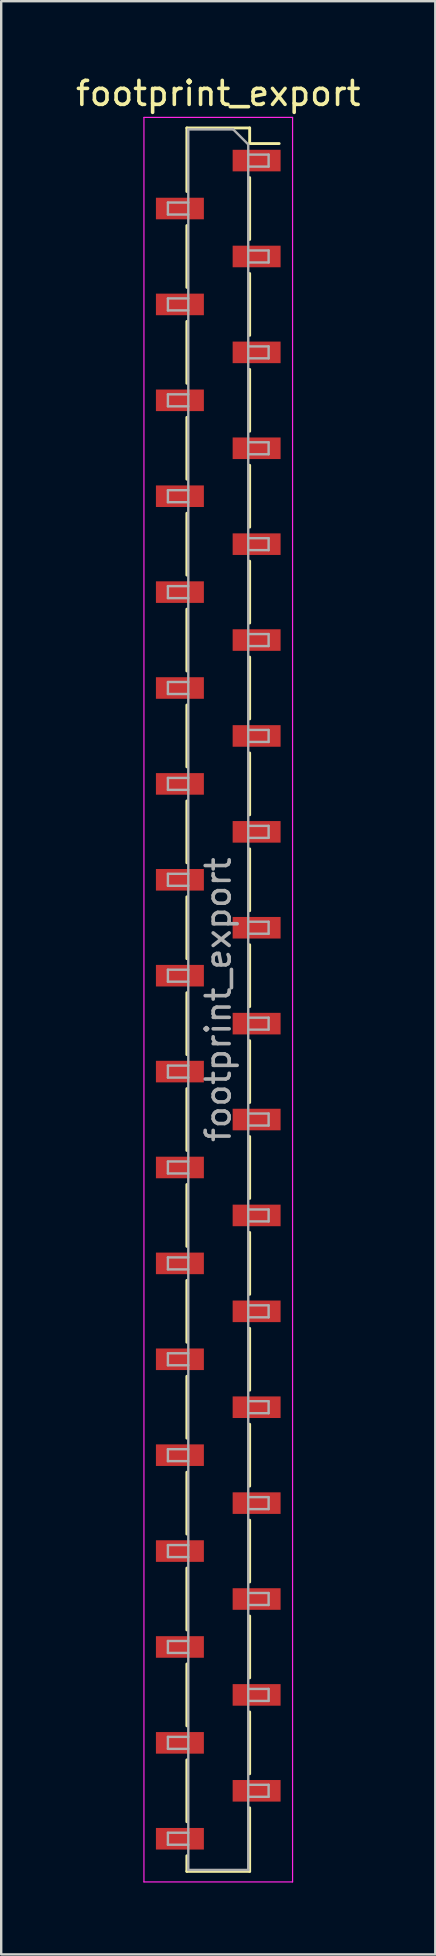
<source format=kicad_pcb>
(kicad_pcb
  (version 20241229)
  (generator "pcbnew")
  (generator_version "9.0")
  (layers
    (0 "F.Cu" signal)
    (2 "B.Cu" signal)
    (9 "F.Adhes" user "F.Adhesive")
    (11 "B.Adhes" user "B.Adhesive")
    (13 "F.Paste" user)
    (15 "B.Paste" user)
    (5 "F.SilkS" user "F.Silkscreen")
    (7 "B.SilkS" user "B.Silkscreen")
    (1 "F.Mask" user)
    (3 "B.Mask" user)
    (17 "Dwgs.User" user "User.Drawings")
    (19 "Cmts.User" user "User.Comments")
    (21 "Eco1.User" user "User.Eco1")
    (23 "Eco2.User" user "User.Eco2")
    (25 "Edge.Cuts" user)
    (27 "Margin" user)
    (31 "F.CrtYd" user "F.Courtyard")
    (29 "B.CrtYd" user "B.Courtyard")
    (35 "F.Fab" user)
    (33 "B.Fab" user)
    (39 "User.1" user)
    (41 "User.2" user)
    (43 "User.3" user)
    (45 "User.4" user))
  (footprint "footprint_export"
    (layer "F.Cu")
    (at 6.054 38.648)
    (property "Reference" "footprint_export" (at 0 -37.8 0) (layer "F.SilkS") (effects (font (size 1 1) (thickness 0.15))))
    (attr smd)
    (fp_line (start -1.31 -36.36) (end -1.31 -33.71) (stroke (width 0.12) (type solid)) (layer "F.SilkS"))
    (fp_line (start -1.31 -36.36) (end 1.31 -36.36) (stroke (width 0.12) (type solid)) (layer "F.SilkS"))
    (fp_line (start -1.31 -32.29) (end -1.31 -29.71) (stroke (width 0.12) (type solid)) (layer "F.SilkS"))
    (fp_line (start -1.31 -28.29) (end -1.31 -25.71) (stroke (width 0.12) (type solid)) (layer "F.SilkS"))
    (fp_line (start -1.31 -24.29) (end -1.31 -21.71) (stroke (width 0.12) (type solid)) (layer "F.SilkS"))
    (fp_line (start -1.31 -20.29) (end -1.31 -17.71) (stroke (width 0.12) (type solid)) (layer "F.SilkS"))
    (fp_line (start -1.31 -16.29) (end -1.31 -13.71) (stroke (width 0.12) (type solid)) (layer "F.SilkS"))
    (fp_line (start -1.31 -12.29) (end -1.31 -9.71) (stroke (width 0.12) (type solid)) (layer "F.SilkS"))
    (fp_line (start -1.31 -8.29) (end -1.31 -5.71) (stroke (width 0.12) (type solid)) (layer "F.SilkS"))
    (fp_line (start -1.31 -4.29) (end -1.31 -1.71) (stroke (width 0.12) (type solid)) (layer "F.SilkS"))
    (fp_line (start -1.31 -0.29) (end -1.31 2.29) (stroke (width 0.12) (type solid)) (layer "F.SilkS"))
    (fp_line (start -1.31 3.71) (end -1.31 6.29) (stroke (width 0.12) (type solid)) (layer "F.SilkS"))
    (fp_line (start -1.31 7.71) (end -1.31 10.29) (stroke (width 0.12) (type solid)) (layer "F.SilkS"))
    (fp_line (start -1.31 11.71) (end -1.31 14.29) (stroke (width 0.12) (type solid)) (layer "F.SilkS"))
    (fp_line (start -1.31 15.71) (end -1.31 18.29) (stroke (width 0.12) (type solid)) (layer "F.SilkS"))
    (fp_line (start -1.31 19.71) (end -1.31 22.29) (stroke (width 0.12) (type solid)) (layer "F.SilkS"))
    (fp_line (start -1.31 23.71) (end -1.31 26.29) (stroke (width 0.12) (type solid)) (layer "F.SilkS"))
    (fp_line (start -1.31 27.71) (end -1.31 30.29) (stroke (width 0.12) (type solid)) (layer "F.SilkS"))
    (fp_line (start -1.31 31.71) (end -1.31 34.29) (stroke (width 0.12) (type solid)) (layer "F.SilkS"))
    (fp_line (start -1.31 35.71) (end -1.31 36.36) (stroke (width 0.12) (type solid)) (layer "F.SilkS"))
    (fp_line (start -1.31 36.36) (end 1.31 36.36) (stroke (width 0.12) (type solid)) (layer "F.SilkS"))
    (fp_line (start 1.31 -36.36) (end 1.31 -35.71) (stroke (width 0.12) (type solid)) (layer "F.SilkS"))
    (fp_line (start 1.31 -35.71) (end 2.54 -35.71) (stroke (width 0.12) (type solid)) (layer "F.SilkS"))
    (fp_line (start 1.31 -34.29) (end 1.31 -31.71) (stroke (width 0.12) (type solid)) (layer "F.SilkS"))
    (fp_line (start 1.31 -30.29) (end 1.31 -27.71) (stroke (width 0.12) (type solid)) (layer "F.SilkS"))
    (fp_line (start 1.31 -26.29) (end 1.31 -23.71) (stroke (width 0.12) (type solid)) (layer "F.SilkS"))
    (fp_line (start 1.31 -22.29) (end 1.31 -19.71) (stroke (width 0.12) (type solid)) (layer "F.SilkS"))
    (fp_line (start 1.31 -18.29) (end 1.31 -15.71) (stroke (width 0.12) (type solid)) (layer "F.SilkS"))
    (fp_line (start 1.31 -14.29) (end 1.31 -11.71) (stroke (width 0.12) (type solid)) (layer "F.SilkS"))
    (fp_line (start 1.31 -10.29) (end 1.31 -7.71) (stroke (width 0.12) (type solid)) (layer "F.SilkS"))
    (fp_line (start 1.31 -6.29) (end 1.31 -3.71) (stroke (width 0.12) (type solid)) (layer "F.SilkS"))
    (fp_line (start 1.31 -2.29) (end 1.31 0.29) (stroke (width 0.12) (type solid)) (layer "F.SilkS"))
    (fp_line (start 1.31 1.71) (end 1.31 4.29) (stroke (width 0.12) (type solid)) (layer "F.SilkS"))
    (fp_line (start 1.31 5.71) (end 1.31 8.29) (stroke (width 0.12) (type solid)) (layer "F.SilkS"))
    (fp_line (start 1.31 9.71) (end 1.31 12.29) (stroke (width 0.12) (type solid)) (layer "F.SilkS"))
    (fp_line (start 1.31 13.71) (end 1.31 16.29) (stroke (width 0.12) (type solid)) (layer "F.SilkS"))
    (fp_line (start 1.31 17.71) (end 1.31 20.29) (stroke (width 0.12) (type solid)) (layer "F.SilkS"))
    (fp_line (start 1.31 21.71) (end 1.31 24.29) (stroke (width 0.12) (type solid)) (layer "F.SilkS"))
    (fp_line (start 1.31 25.71) (end 1.31 28.29) (stroke (width 0.12) (type solid)) (layer "F.SilkS"))
    (fp_line (start 1.31 29.71) (end 1.31 32.29) (stroke (width 0.12) (type solid)) (layer "F.SilkS"))
    (fp_line (start 1.31 33.71) (end 1.31 36.36) (stroke (width 0.12) (type solid)) (layer "F.SilkS"))
    (fp_line (start -3.1 -36.8) (end 3.1 -36.8) (stroke (width 0.05) (type solid)) (layer "F.CrtYd"))
    (fp_line (start -3.1 36.8) (end -3.1 -36.8) (stroke (width 0.05) (type solid)) (layer "F.CrtYd"))
    (fp_line (start 3.1 -36.8) (end 3.1 36.8) (stroke (width 0.05) (type solid)) (layer "F.CrtYd"))
    (fp_line (start 3.1 36.8) (end -3.1 36.8) (stroke (width 0.05) (type solid)) (layer "F.CrtYd"))
    (fp_line (start -2.1 -33.25) (end -1.25 -33.25) (stroke (width 0.1) (type solid)) (layer "F.Fab"))
    (fp_line (start -2.1 -32.75) (end -2.1 -33.25) (stroke (width 0.1) (type solid)) (layer "F.Fab"))
    (fp_line (start -2.1 -29.25) (end -1.25 -29.25) (stroke (width 0.1) (type solid)) (layer "F.Fab"))
    (fp_line (start -2.1 -28.75) (end -2.1 -29.25) (stroke (width 0.1) (type solid)) (layer "F.Fab"))
    (fp_line (start -2.1 -25.25) (end -1.25 -25.25) (stroke (width 0.1) (type solid)) (layer "F.Fab"))
    (fp_line (start -2.1 -24.75) (end -2.1 -25.25) (stroke (width 0.1) (type solid)) (layer "F.Fab"))
    (fp_line (start -2.1 -21.25) (end -1.25 -21.25) (stroke (width 0.1) (type solid)) (layer "F.Fab"))
    (fp_line (start -2.1 -20.75) (end -2.1 -21.25) (stroke (width 0.1) (type solid)) (layer "F.Fab"))
    (fp_line (start -2.1 -17.25) (end -1.25 -17.25) (stroke (width 0.1) (type solid)) (layer "F.Fab"))
    (fp_line (start -2.1 -16.75) (end -2.1 -17.25) (stroke (width 0.1) (type solid)) (layer "F.Fab"))
    (fp_line (start -2.1 -13.25) (end -1.25 -13.25) (stroke (width 0.1) (type solid)) (layer "F.Fab"))
    (fp_line (start -2.1 -12.75) (end -2.1 -13.25) (stroke (width 0.1) (type solid)) (layer "F.Fab"))
    (fp_line (start -2.1 -9.25) (end -1.25 -9.25) (stroke (width 0.1) (type solid)) (layer "F.Fab"))
    (fp_line (start -2.1 -8.75) (end -2.1 -9.25) (stroke (width 0.1) (type solid)) (layer "F.Fab"))
    (fp_line (start -2.1 -5.25) (end -1.25 -5.25) (stroke (width 0.1) (type solid)) (layer "F.Fab"))
    (fp_line (start -2.1 -4.75) (end -2.1 -5.25) (stroke (width 0.1) (type solid)) (layer "F.Fab"))
    (fp_line (start -2.1 -1.25) (end -1.25 -1.25) (stroke (width 0.1) (type solid)) (layer "F.Fab"))
    (fp_line (start -2.1 -0.75) (end -2.1 -1.25) (stroke (width 0.1) (type solid)) (layer "F.Fab"))
    (fp_line (start -2.1 2.75) (end -1.25 2.75) (stroke (width 0.1) (type solid)) (layer "F.Fab"))
    (fp_line (start -2.1 3.25) (end -2.1 2.75) (stroke (width 0.1) (type solid)) (layer "F.Fab"))
    (fp_line (start -2.1 6.75) (end -1.25 6.75) (stroke (width 0.1) (type solid)) (layer "F.Fab"))
    (fp_line (start -2.1 7.25) (end -2.1 6.75) (stroke (width 0.1) (type solid)) (layer "F.Fab"))
    (fp_line (start -2.1 10.75) (end -1.25 10.75) (stroke (width 0.1) (type solid)) (layer "F.Fab"))
    (fp_line (start -2.1 11.25) (end -2.1 10.75) (stroke (width 0.1) (type solid)) (layer "F.Fab"))
    (fp_line (start -2.1 14.75) (end -1.25 14.75) (stroke (width 0.1) (type solid)) (layer "F.Fab"))
    (fp_line (start -2.1 15.25) (end -2.1 14.75) (stroke (width 0.1) (type solid)) (layer "F.Fab"))
    (fp_line (start -2.1 18.75) (end -1.25 18.75) (stroke (width 0.1) (type solid)) (layer "F.Fab"))
    (fp_line (start -2.1 19.25) (end -2.1 18.75) (stroke (width 0.1) (type solid)) (layer "F.Fab"))
    (fp_line (start -2.1 22.75) (end -1.25 22.75) (stroke (width 0.1) (type solid)) (layer "F.Fab"))
    (fp_line (start -2.1 23.25) (end -2.1 22.75) (stroke (width 0.1) (type solid)) (layer "F.Fab"))
    (fp_line (start -2.1 26.75) (end -1.25 26.75) (stroke (width 0.1) (type solid)) (layer "F.Fab"))
    (fp_line (start -2.1 27.25) (end -2.1 26.75) (stroke (width 0.1) (type solid)) (layer "F.Fab"))
    (fp_line (start -2.1 30.75) (end -1.25 30.75) (stroke (width 0.1) (type solid)) (layer "F.Fab"))
    (fp_line (start -2.1 31.25) (end -2.1 30.75) (stroke (width 0.1) (type solid)) (layer "F.Fab"))
    (fp_line (start -2.1 34.75) (end -1.25 34.75) (stroke (width 0.1) (type solid)) (layer "F.Fab"))
    (fp_line (start -2.1 35.25) (end -2.1 34.75) (stroke (width 0.1) (type solid)) (layer "F.Fab"))
    (fp_line (start -1.25 -36.3) (end 0.625 -36.3) (stroke (width 0.1) (type solid)) (layer "F.Fab"))
    (fp_line (start -1.25 -32.75) (end -2.1 -32.75) (stroke (width 0.1) (type solid)) (layer "F.Fab"))
    (fp_line (start -1.25 -28.75) (end -2.1 -28.75) (stroke (width 0.1) (type solid)) (layer "F.Fab"))
    (fp_line (start -1.25 -24.75) (end -2.1 -24.75) (stroke (width 0.1) (type solid)) (layer "F.Fab"))
    (fp_line (start -1.25 -20.75) (end -2.1 -20.75) (stroke (width 0.1) (type solid)) (layer "F.Fab"))
    (fp_line (start -1.25 -16.75) (end -2.1 -16.75) (stroke (width 0.1) (type solid)) (layer "F.Fab"))
    (fp_line (start -1.25 -12.75) (end -2.1 -12.75) (stroke (width 0.1) (type solid)) (layer "F.Fab"))
    (fp_line (start -1.25 -8.75) (end -2.1 -8.75) (stroke (width 0.1) (type solid)) (layer "F.Fab"))
    (fp_line (start -1.25 -4.75) (end -2.1 -4.75) (stroke (width 0.1) (type solid)) (layer "F.Fab"))
    (fp_line (start -1.25 -0.75) (end -2.1 -0.75) (stroke (width 0.1) (type solid)) (layer "F.Fab"))
    (fp_line (start -1.25 3.25) (end -2.1 3.25) (stroke (width 0.1) (type solid)) (layer "F.Fab"))
    (fp_line (start -1.25 7.25) (end -2.1 7.25) (stroke (width 0.1) (type solid)) (layer "F.Fab"))
    (fp_line (start -1.25 11.25) (end -2.1 11.25) (stroke (width 0.1) (type solid)) (layer "F.Fab"))
    (fp_line (start -1.25 15.25) (end -2.1 15.25) (stroke (width 0.1) (type solid)) (layer "F.Fab"))
    (fp_line (start -1.25 19.25) (end -2.1 19.25) (stroke (width 0.1) (type solid)) (layer "F.Fab"))
    (fp_line (start -1.25 23.25) (end -2.1 23.25) (stroke (width 0.1) (type solid)) (layer "F.Fab"))
    (fp_line (start -1.25 27.25) (end -2.1 27.25) (stroke (width 0.1) (type solid)) (layer "F.Fab"))
    (fp_line (start -1.25 31.25) (end -2.1 31.25) (stroke (width 0.1) (type solid)) (layer "F.Fab"))
    (fp_line (start -1.25 35.25) (end -2.1 35.25) (stroke (width 0.1) (type solid)) (layer "F.Fab"))
    (fp_line (start -1.25 36.3) (end -1.25 -36.3) (stroke (width 0.1) (type solid)) (layer "F.Fab"))
    (fp_line (start 0.625 -36.3) (end 1.25 -35.675) (stroke (width 0.1) (type solid)) (layer "F.Fab"))
    (fp_line (start 1.25 -35.675) (end 1.25 36.3) (stroke (width 0.1) (type solid)) (layer "F.Fab"))
    (fp_line (start 1.25 -35.25) (end 2.1 -35.25) (stroke (width 0.1) (type solid)) (layer "F.Fab"))
    (fp_line (start 1.25 -31.25) (end 2.1 -31.25) (stroke (width 0.1) (type solid)) (layer "F.Fab"))
    (fp_line (start 1.25 -27.25) (end 2.1 -27.25) (stroke (width 0.1) (type solid)) (layer "F.Fab"))
    (fp_line (start 1.25 -23.25) (end 2.1 -23.25) (stroke (width 0.1) (type solid)) (layer "F.Fab"))
    (fp_line (start 1.25 -19.25) (end 2.1 -19.25) (stroke (width 0.1) (type solid)) (layer "F.Fab"))
    (fp_line (start 1.25 -15.25) (end 2.1 -15.25) (stroke (width 0.1) (type solid)) (layer "F.Fab"))
    (fp_line (start 1.25 -11.25) (end 2.1 -11.25) (stroke (width 0.1) (type solid)) (layer "F.Fab"))
    (fp_line (start 1.25 -7.25) (end 2.1 -7.25) (stroke (width 0.1) (type solid)) (layer "F.Fab"))
    (fp_line (start 1.25 -3.25) (end 2.1 -3.25) (stroke (width 0.1) (type solid)) (layer "F.Fab"))
    (fp_line (start 1.25 0.75) (end 2.1 0.75) (stroke (width 0.1) (type solid)) (layer "F.Fab"))
    (fp_line (start 1.25 4.75) (end 2.1 4.75) (stroke (width 0.1) (type solid)) (layer "F.Fab"))
    (fp_line (start 1.25 8.75) (end 2.1 8.75) (stroke (width 0.1) (type solid)) (layer "F.Fab"))
    (fp_line (start 1.25 12.75) (end 2.1 12.75) (stroke (width 0.1) (type solid)) (layer "F.Fab"))
    (fp_line (start 1.25 16.75) (end 2.1 16.75) (stroke (width 0.1) (type solid)) (layer "F.Fab"))
    (fp_line (start 1.25 20.75) (end 2.1 20.75) (stroke (width 0.1) (type solid)) (layer "F.Fab"))
    (fp_line (start 1.25 24.75) (end 2.1 24.75) (stroke (width 0.1) (type solid)) (layer "F.Fab"))
    (fp_line (start 1.25 28.75) (end 2.1 28.75) (stroke (width 0.1) (type solid)) (layer "F.Fab"))
    (fp_line (start 1.25 32.75) (end 2.1 32.75) (stroke (width 0.1) (type solid)) (layer "F.Fab"))
    (fp_line (start 1.25 36.3) (end -1.25 36.3) (stroke (width 0.1) (type solid)) (layer "F.Fab"))
    (fp_line (start 2.1 -35.25) (end 2.1 -34.75) (stroke (width 0.1) (type solid)) (layer "F.Fab"))
    (fp_line (start 2.1 -34.75) (end 1.25 -34.75) (stroke (width 0.1) (type solid)) (layer "F.Fab"))
    (fp_line (start 2.1 -31.25) (end 2.1 -30.75) (stroke (width 0.1) (type solid)) (layer "F.Fab"))
    (fp_line (start 2.1 -30.75) (end 1.25 -30.75) (stroke (width 0.1) (type solid)) (layer "F.Fab"))
    (fp_line (start 2.1 -27.25) (end 2.1 -26.75) (stroke (width 0.1) (type solid)) (layer "F.Fab"))
    (fp_line (start 2.1 -26.75) (end 1.25 -26.75) (stroke (width 0.1) (type solid)) (layer "F.Fab"))
    (fp_line (start 2.1 -23.25) (end 2.1 -22.75) (stroke (width 0.1) (type solid)) (layer "F.Fab"))
    (fp_line (start 2.1 -22.75) (end 1.25 -22.75) (stroke (width 0.1) (type solid)) (layer "F.Fab"))
    (fp_line (start 2.1 -19.25) (end 2.1 -18.75) (stroke (width 0.1) (type solid)) (layer "F.Fab"))
    (fp_line (start 2.1 -18.75) (end 1.25 -18.75) (stroke (width 0.1) (type solid)) (layer "F.Fab"))
    (fp_line (start 2.1 -15.25) (end 2.1 -14.75) (stroke (width 0.1) (type solid)) (layer "F.Fab"))
    (fp_line (start 2.1 -14.75) (end 1.25 -14.75) (stroke (width 0.1) (type solid)) (layer "F.Fab"))
    (fp_line (start 2.1 -11.25) (end 2.1 -10.75) (stroke (width 0.1) (type solid)) (layer "F.Fab"))
    (fp_line (start 2.1 -10.75) (end 1.25 -10.75) (stroke (width 0.1) (type solid)) (layer "F.Fab"))
    (fp_line (start 2.1 -7.25) (end 2.1 -6.75) (stroke (width 0.1) (type solid)) (layer "F.Fab"))
    (fp_line (start 2.1 -6.75) (end 1.25 -6.75) (stroke (width 0.1) (type solid)) (layer "F.Fab"))
    (fp_line (start 2.1 -3.25) (end 2.1 -2.75) (stroke (width 0.1) (type solid)) (layer "F.Fab"))
    (fp_line (start 2.1 -2.75) (end 1.25 -2.75) (stroke (width 0.1) (type solid)) (layer "F.Fab"))
    (fp_line (start 2.1 0.75) (end 2.1 1.25) (stroke (width 0.1) (type solid)) (layer "F.Fab"))
    (fp_line (start 2.1 1.25) (end 1.25 1.25) (stroke (width 0.1) (type solid)) (layer "F.Fab"))
    (fp_line (start 2.1 4.75) (end 2.1 5.25) (stroke (width 0.1) (type solid)) (layer "F.Fab"))
    (fp_line (start 2.1 5.25) (end 1.25 5.25) (stroke (width 0.1) (type solid)) (layer "F.Fab"))
    (fp_line (start 2.1 8.75) (end 2.1 9.25) (stroke (width 0.1) (type solid)) (layer "F.Fab"))
    (fp_line (start 2.1 9.25) (end 1.25 9.25) (stroke (width 0.1) (type solid)) (layer "F.Fab"))
    (fp_line (start 2.1 12.75) (end 2.1 13.25) (stroke (width 0.1) (type solid)) (layer "F.Fab"))
    (fp_line (start 2.1 13.25) (end 1.25 13.25) (stroke (width 0.1) (type solid)) (layer "F.Fab"))
    (fp_line (start 2.1 16.75) (end 2.1 17.25) (stroke (width 0.1) (type solid)) (layer "F.Fab"))
    (fp_line (start 2.1 17.25) (end 1.25 17.25) (stroke (width 0.1) (type solid)) (layer "F.Fab"))
    (fp_line (start 2.1 20.75) (end 2.1 21.25) (stroke (width 0.1) (type solid)) (layer "F.Fab"))
    (fp_line (start 2.1 21.25) (end 1.25 21.25) (stroke (width 0.1) (type solid)) (layer "F.Fab"))
    (fp_line (start 2.1 24.75) (end 2.1 25.25) (stroke (width 0.1) (type solid)) (layer "F.Fab"))
    (fp_line (start 2.1 25.25) (end 1.25 25.25) (stroke (width 0.1) (type solid)) (layer "F.Fab"))
    (fp_line (start 2.1 28.75) (end 2.1 29.25) (stroke (width 0.1) (type solid)) (layer "F.Fab"))
    (fp_line (start 2.1 29.25) (end 1.25 29.25) (stroke (width 0.1) (type solid)) (layer "F.Fab"))
    (fp_line (start 2.1 32.75) (end 2.1 33.25) (stroke (width 0.1) (type solid)) (layer "F.Fab"))
    (fp_line (start 2.1 33.25) (end 1.25 33.25) (stroke (width 0.1) (type solid)) (layer "F.Fab"))
    (fp_text user "${REFERENCE}" (at 0 0 90) (layer "F.Fab") (effects (font (size 1 1) (thickness 0.15))))
    (pad "1" smd rect (at 1.6 -35) (size 2 0.9) (layers "F.Cu" "F.Mask" "F.Paste"))
    (pad "2" smd rect (at -1.6 -33) (size 2 0.9) (layers "F.Cu" "F.Mask" "F.Paste"))
    (pad "3" smd rect (at 1.6 -31) (size 2 0.9) (layers "F.Cu" "F.Mask" "F.Paste"))
    (pad "4" smd rect (at -1.6 -29) (size 2 0.9) (layers "F.Cu" "F.Mask" "F.Paste"))
    (pad "5" smd rect (at 1.6 -27) (size 2 0.9) (layers "F.Cu" "F.Mask" "F.Paste"))
    (pad "6" smd rect (at -1.6 -25) (size 2 0.9) (layers "F.Cu" "F.Mask" "F.Paste"))
    (pad "7" smd rect (at 1.6 -23) (size 2 0.9) (layers "F.Cu" "F.Mask" "F.Paste"))
    (pad "8" smd rect (at -1.6 -21) (size 2 0.9) (layers "F.Cu" "F.Mask" "F.Paste"))
    (pad "9" smd rect (at 1.6 -19) (size 2 0.9) (layers "F.Cu" "F.Mask" "F.Paste"))
    (pad "10" smd rect (at -1.6 -17) (size 2 0.9) (layers "F.Cu" "F.Mask" "F.Paste"))
    (pad "11" smd rect (at 1.6 -15) (size 2 0.9) (layers "F.Cu" "F.Mask" "F.Paste"))
    (pad "12" smd rect (at -1.6 -13) (size 2 0.9) (layers "F.Cu" "F.Mask" "F.Paste"))
    (pad "13" smd rect (at 1.6 -11) (size 2 0.9) (layers "F.Cu" "F.Mask" "F.Paste"))
    (pad "14" smd rect (at -1.6 -9) (size 2 0.9) (layers "F.Cu" "F.Mask" "F.Paste"))
    (pad "15" smd rect (at 1.6 -7) (size 2 0.9) (layers "F.Cu" "F.Mask" "F.Paste"))
    (pad "16" smd rect (at -1.6 -5) (size 2 0.9) (layers "F.Cu" "F.Mask" "F.Paste"))
    (pad "17" smd rect (at 1.6 -3) (size 2 0.9) (layers "F.Cu" "F.Mask" "F.Paste"))
    (pad "18" smd rect (at -1.6 -1) (size 2 0.9) (layers "F.Cu" "F.Mask" "F.Paste"))
    (pad "19" smd rect (at 1.6 1) (size 2 0.9) (layers "F.Cu" "F.Mask" "F.Paste"))
    (pad "20" smd rect (at -1.6 3) (size 2 0.9) (layers "F.Cu" "F.Mask" "F.Paste"))
    (pad "21" smd rect (at 1.6 5) (size 2 0.9) (layers "F.Cu" "F.Mask" "F.Paste"))
    (pad "22" smd rect (at -1.6 7) (size 2 0.9) (layers "F.Cu" "F.Mask" "F.Paste"))
    (pad "23" smd rect (at 1.6 9) (size 2 0.9) (layers "F.Cu" "F.Mask" "F.Paste"))
    (pad "24" smd rect (at -1.6 11) (size 2 0.9) (layers "F.Cu" "F.Mask" "F.Paste"))
    (pad "25" smd rect (at 1.6 13) (size 2 0.9) (layers "F.Cu" "F.Mask" "F.Paste"))
    (pad "26" smd rect (at -1.6 15) (size 2 0.9) (layers "F.Cu" "F.Mask" "F.Paste"))
    (pad "27" smd rect (at 1.6 17) (size 2 0.9) (layers "F.Cu" "F.Mask" "F.Paste"))
    (pad "28" smd rect (at -1.6 19) (size 2 0.9) (layers "F.Cu" "F.Mask" "F.Paste"))
    (pad "29" smd rect (at 1.6 21) (size 2 0.9) (layers "F.Cu" "F.Mask" "F.Paste"))
    (pad "30" smd rect (at -1.6 23) (size 2 0.9) (layers "F.Cu" "F.Mask" "F.Paste"))
    (pad "31" smd rect (at 1.6 25) (size 2 0.9) (layers "F.Cu" "F.Mask" "F.Paste"))
    (pad "32" smd rect (at -1.6 27) (size 2 0.9) (layers "F.Cu" "F.Mask" "F.Paste"))
    (pad "33" smd rect (at 1.6 29) (size 2 0.9) (layers "F.Cu" "F.Mask" "F.Paste"))
    (pad "34" smd rect (at -1.6 31) (size 2 0.9) (layers "F.Cu" "F.Mask" "F.Paste"))
    (pad "35" smd rect (at 1.6 33) (size 2 0.9) (layers "F.Cu" "F.Mask" "F.Paste"))
    (pad "36" smd rect (at -1.6 35) (size 2 0.9) (layers "F.Cu" "F.Mask" "F.Paste")))
  (gr_rect
    (start -3 -3)
    (end 15.107 78.473)
    (stroke (width 0.1) (type default))
    (fill no)
    (layer "Edge.Cuts")))
</source>
